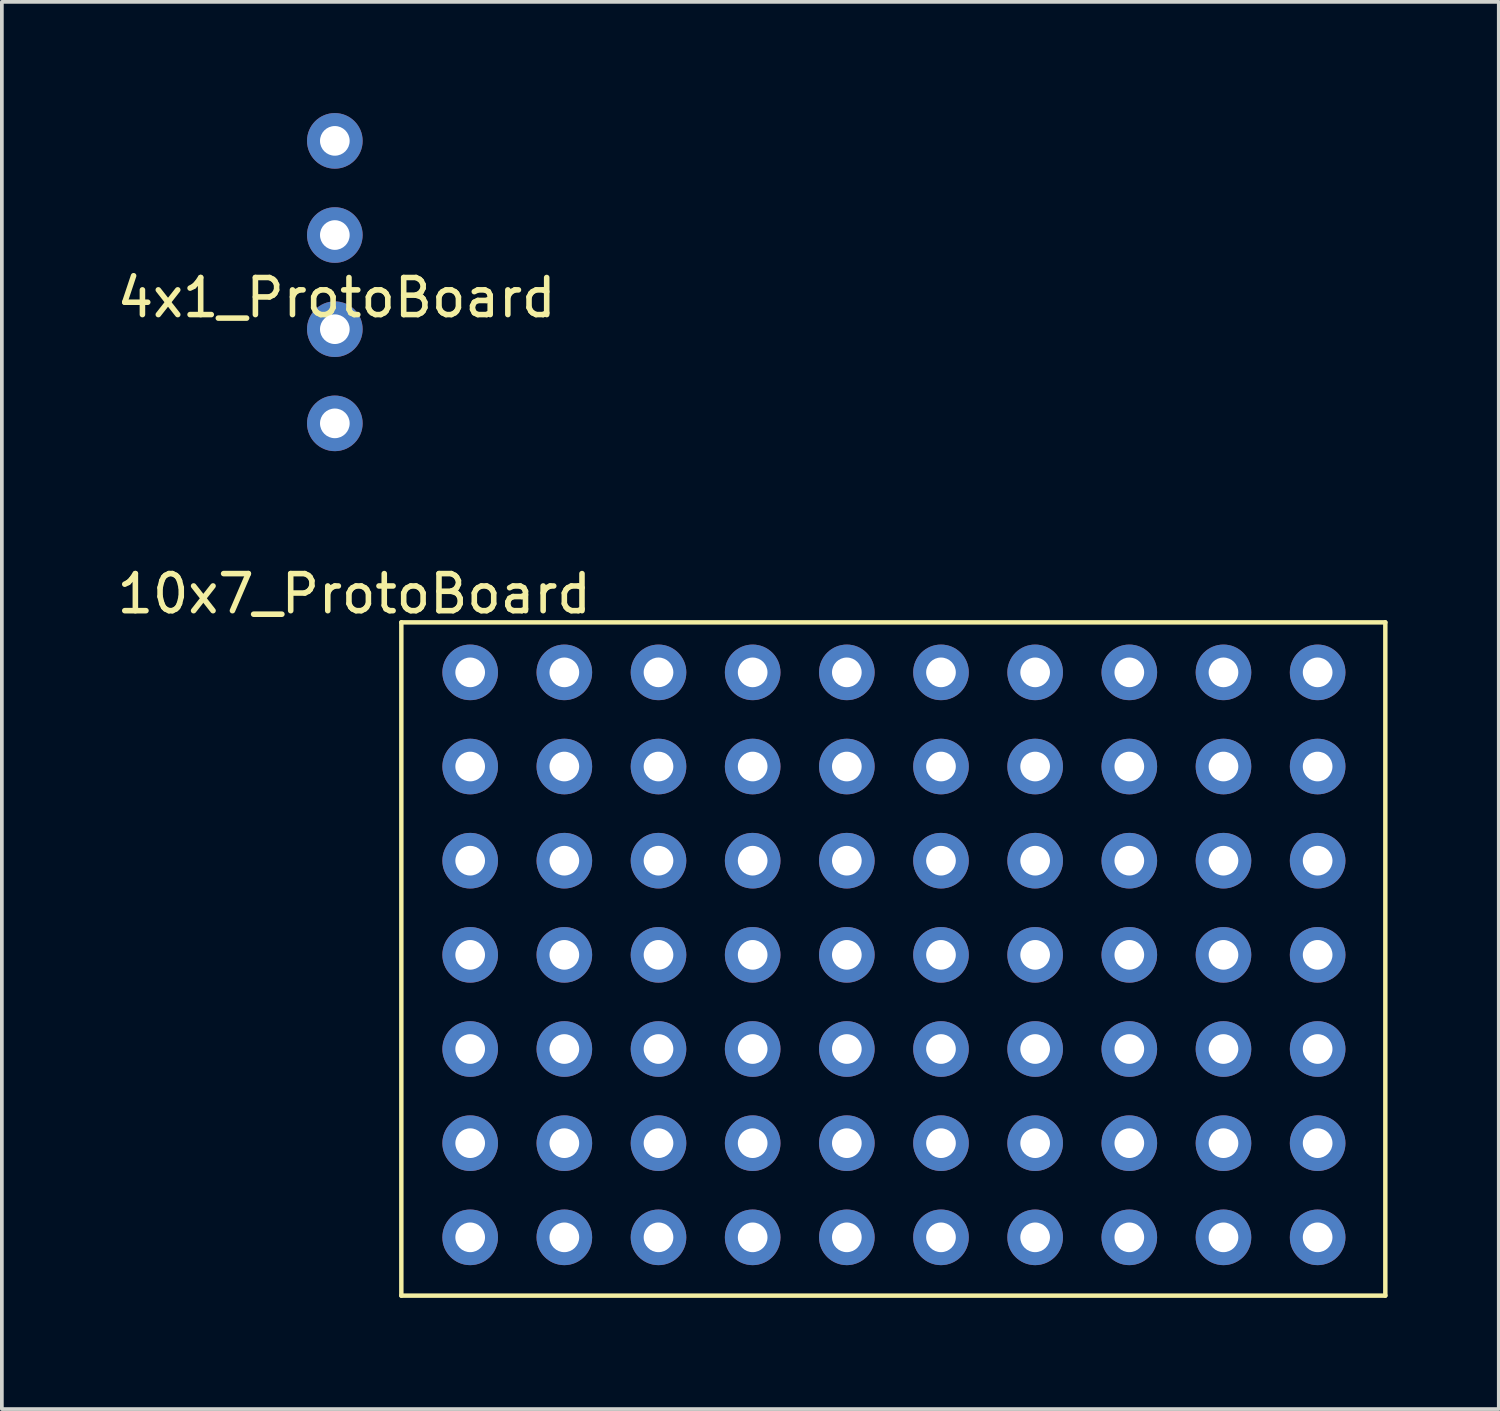
<source format=kicad_pcb>
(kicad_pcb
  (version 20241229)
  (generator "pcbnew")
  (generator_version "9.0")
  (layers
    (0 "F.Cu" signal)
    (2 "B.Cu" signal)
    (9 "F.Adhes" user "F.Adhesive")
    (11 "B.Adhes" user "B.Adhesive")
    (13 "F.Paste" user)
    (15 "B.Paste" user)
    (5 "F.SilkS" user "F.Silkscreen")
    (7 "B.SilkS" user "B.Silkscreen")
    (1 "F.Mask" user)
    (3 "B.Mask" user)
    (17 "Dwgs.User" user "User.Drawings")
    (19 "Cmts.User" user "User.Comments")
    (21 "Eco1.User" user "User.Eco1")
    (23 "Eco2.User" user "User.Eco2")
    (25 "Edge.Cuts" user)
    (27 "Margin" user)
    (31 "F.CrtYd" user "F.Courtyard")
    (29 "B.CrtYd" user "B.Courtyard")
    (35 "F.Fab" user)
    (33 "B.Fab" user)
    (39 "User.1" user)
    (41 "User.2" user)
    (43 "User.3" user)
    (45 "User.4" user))
  (footprint "10x7_ProtoBoard"
    (layer "F.Cu")
    (at 6.506 12.468)
    (property "Reference" "10x7_ProtoBoard" (at 0 0.5 0) (layer "F.SilkS") (effects (font (size 1 1) (thickness 0.15))))
    (attr through_hole)
    (fp_line (start 1.27 1.27) (end 27.813 1.27) (stroke (width 0.12) (type solid)) (layer "F.SilkS"))
    (fp_line (start 1.27 19.431) (end 1.27 1.27) (stroke (width 0.12) (type solid)) (layer "F.SilkS"))
    (fp_line (start 27.813 1.27) (end 27.813 19.431) (stroke (width 0.12) (type solid)) (layer "F.SilkS"))
    (fp_line (start 27.813 19.431) (end 1.27 19.431) (stroke (width 0.12) (type solid)) (layer "F.SilkS"))
    (pad "1" thru_hole circle (at 3.127 2.619) (size 1.5 1.5) (drill 0.8) (layers "*.Cu" "*.Mask"))
    (pad "2" thru_hole circle (at 3.127 5.159) (size 1.5 1.5) (drill 0.8) (layers "*.Cu" "*.Mask"))
    (pad "3" thru_hole circle (at 3.127 7.699) (size 1.5 1.5) (drill 0.8) (layers "*.Cu" "*.Mask"))
    (pad "4" thru_hole circle (at 3.127 10.239) (size 1.5 1.5) (drill 0.8) (layers "*.Cu" "*.Mask"))
    (pad "5" thru_hole circle (at 3.127 12.779) (size 1.5 1.5) (drill 0.8) (layers "*.Cu" "*.Mask"))
    (pad "6" thru_hole circle (at 3.127 15.319) (size 1.5 1.5) (drill 0.8) (layers "*.Cu" "*.Mask"))
    (pad "7" thru_hole circle (at 3.127 17.859) (size 1.5 1.5) (drill 0.8) (layers "*.Cu" "*.Mask"))
    (pad "8" thru_hole circle (at 5.667 2.619) (size 1.5 1.5) (drill 0.8) (layers "*.Cu" "*.Mask"))
    (pad "9" thru_hole circle (at 5.667 5.159) (size 1.5 1.5) (drill 0.8) (layers "*.Cu" "*.Mask"))
    (pad "10" thru_hole circle (at 5.667 7.699) (size 1.5 1.5) (drill 0.8) (layers "*.Cu" "*.Mask"))
    (pad "11" thru_hole circle (at 5.667 10.239) (size 1.5 1.5) (drill 0.8) (layers "*.Cu" "*.Mask"))
    (pad "12" thru_hole circle (at 5.667 12.779) (size 1.5 1.5) (drill 0.8) (layers "*.Cu" "*.Mask"))
    (pad "13" thru_hole circle (at 5.667 15.319) (size 1.5 1.5) (drill 0.8) (layers "*.Cu" "*.Mask"))
    (pad "14" thru_hole circle (at 5.667 17.859) (size 1.5 1.5) (drill 0.8) (layers "*.Cu" "*.Mask"))
    (pad "15" thru_hole circle (at 8.207 2.619) (size 1.5 1.5) (drill 0.8) (layers "*.Cu" "*.Mask"))
    (pad "16" thru_hole circle (at 8.207 5.159) (size 1.5 1.5) (drill 0.8) (layers "*.Cu" "*.Mask"))
    (pad "17" thru_hole circle (at 8.207 7.699) (size 1.5 1.5) (drill 0.8) (layers "*.Cu" "*.Mask"))
    (pad "18" thru_hole circle (at 8.207 10.239) (size 1.5 1.5) (drill 0.8) (layers "*.Cu" "*.Mask"))
    (pad "19" thru_hole circle (at 8.207 12.779) (size 1.5 1.5) (drill 0.8) (layers "*.Cu" "*.Mask"))
    (pad "20" thru_hole circle (at 8.207 15.319) (size 1.5 1.5) (drill 0.8) (layers "*.Cu" "*.Mask"))
    (pad "21" thru_hole circle (at 8.207 17.859) (size 1.5 1.5) (drill 0.8) (layers "*.Cu" "*.Mask"))
    (pad "22" thru_hole circle (at 10.747 2.619) (size 1.5 1.5) (drill 0.8) (layers "*.Cu" "*.Mask"))
    (pad "23" thru_hole circle (at 10.747 5.159) (size 1.5 1.5) (drill 0.8) (layers "*.Cu" "*.Mask"))
    (pad "24" thru_hole circle (at 10.747 7.699) (size 1.5 1.5) (drill 0.8) (layers "*.Cu" "*.Mask"))
    (pad "25" thru_hole circle (at 10.747 10.239) (size 1.5 1.5) (drill 0.8) (layers "*.Cu" "*.Mask"))
    (pad "26" thru_hole circle (at 10.747 12.779) (size 1.5 1.5) (drill 0.8) (layers "*.Cu" "*.Mask"))
    (pad "27" thru_hole circle (at 10.747 15.319) (size 1.5 1.5) (drill 0.8) (layers "*.Cu" "*.Mask"))
    (pad "28" thru_hole circle (at 10.747 17.859) (size 1.5 1.5) (drill 0.8) (layers "*.Cu" "*.Mask"))
    (pad "29" thru_hole circle (at 13.287 2.619) (size 1.5 1.5) (drill 0.8) (layers "*.Cu" "*.Mask"))
    (pad "30" thru_hole circle (at 13.287 5.159) (size 1.5 1.5) (drill 0.8) (layers "*.Cu" "*.Mask"))
    (pad "31" thru_hole circle (at 13.287 7.699) (size 1.5 1.5) (drill 0.8) (layers "*.Cu" "*.Mask"))
    (pad "32" thru_hole circle (at 13.287 10.239) (size 1.5 1.5) (drill 0.8) (layers "*.Cu" "*.Mask"))
    (pad "33" thru_hole circle (at 13.287 12.779) (size 1.5 1.5) (drill 0.8) (layers "*.Cu" "*.Mask"))
    (pad "34" thru_hole circle (at 13.287 15.319) (size 1.5 1.5) (drill 0.8) (layers "*.Cu" "*.Mask"))
    (pad "35" thru_hole circle (at 13.287 17.859) (size 1.5 1.5) (drill 0.8) (layers "*.Cu" "*.Mask"))
    (pad "36" thru_hole circle (at 15.827 2.619) (size 1.5 1.5) (drill 0.8) (layers "*.Cu" "*.Mask"))
    (pad "37" thru_hole circle (at 15.827 5.159) (size 1.5 1.5) (drill 0.8) (layers "*.Cu" "*.Mask"))
    (pad "38" thru_hole circle (at 15.827 7.699) (size 1.5 1.5) (drill 0.8) (layers "*.Cu" "*.Mask"))
    (pad "39" thru_hole circle (at 15.827 10.239) (size 1.5 1.5) (drill 0.8) (layers "*.Cu" "*.Mask"))
    (pad "40" thru_hole circle (at 15.827 12.779) (size 1.5 1.5) (drill 0.8) (layers "*.Cu" "*.Mask"))
    (pad "41" thru_hole circle (at 15.827 15.319) (size 1.5 1.5) (drill 0.8) (layers "*.Cu" "*.Mask"))
    (pad "42" thru_hole circle (at 15.827 17.859) (size 1.5 1.5) (drill 0.8) (layers "*.Cu" "*.Mask"))
    (pad "43" thru_hole circle (at 18.367 2.619) (size 1.5 1.5) (drill 0.8) (layers "*.Cu" "*.Mask"))
    (pad "44" thru_hole circle (at 18.367 5.159) (size 1.5 1.5) (drill 0.8) (layers "*.Cu" "*.Mask"))
    (pad "45" thru_hole circle (at 18.367 7.699) (size 1.5 1.5) (drill 0.8) (layers "*.Cu" "*.Mask"))
    (pad "46" thru_hole circle (at 18.367 10.239) (size 1.5 1.5) (drill 0.8) (layers "*.Cu" "*.Mask"))
    (pad "47" thru_hole circle (at 18.367 12.779) (size 1.5 1.5) (drill 0.8) (layers "*.Cu" "*.Mask"))
    (pad "48" thru_hole circle (at 18.367 15.319) (size 1.5 1.5) (drill 0.8) (layers "*.Cu" "*.Mask"))
    (pad "49" thru_hole circle (at 18.367 17.859) (size 1.5 1.5) (drill 0.8) (layers "*.Cu" "*.Mask"))
    (pad "50" thru_hole circle (at 20.907 2.619) (size 1.5 1.5) (drill 0.8) (layers "*.Cu" "*.Mask"))
    (pad "51" thru_hole circle (at 20.907 5.159) (size 1.5 1.5) (drill 0.8) (layers "*.Cu" "*.Mask"))
    (pad "52" thru_hole circle (at 20.907 7.699) (size 1.5 1.5) (drill 0.8) (layers "*.Cu" "*.Mask"))
    (pad "53" thru_hole circle (at 20.907 10.239) (size 1.5 1.5) (drill 0.8) (layers "*.Cu" "*.Mask"))
    (pad "54" thru_hole circle (at 20.907 12.779) (size 1.5 1.5) (drill 0.8) (layers "*.Cu" "*.Mask"))
    (pad "55" thru_hole circle (at 20.907 15.319) (size 1.5 1.5) (drill 0.8) (layers "*.Cu" "*.Mask"))
    (pad "56" thru_hole circle (at 20.907 17.859) (size 1.5 1.5) (drill 0.8) (layers "*.Cu" "*.Mask"))
    (pad "57" thru_hole circle (at 23.447 2.619) (size 1.5 1.5) (drill 0.8) (layers "*.Cu" "*.Mask"))
    (pad "58" thru_hole circle (at 23.447 5.159) (size 1.5 1.5) (drill 0.8) (layers "*.Cu" "*.Mask"))
    (pad "59" thru_hole circle (at 23.447 7.699) (size 1.5 1.5) (drill 0.8) (layers "*.Cu" "*.Mask"))
    (pad "60" thru_hole circle (at 23.447 10.239) (size 1.5 1.5) (drill 0.8) (layers "*.Cu" "*.Mask"))
    (pad "61" thru_hole circle (at 23.447 12.779) (size 1.5 1.5) (drill 0.8) (layers "*.Cu" "*.Mask"))
    (pad "62" thru_hole circle (at 23.447 15.319) (size 1.5 1.5) (drill 0.8) (layers "*.Cu" "*.Mask"))
    (pad "63" thru_hole circle (at 23.447 17.859) (size 1.5 1.5) (drill 0.8) (layers "*.Cu" "*.Mask"))
    (pad "64" thru_hole circle (at 25.987 2.619) (size 1.5 1.5) (drill 0.8) (layers "*.Cu" "*.Mask"))
    (pad "65" thru_hole circle (at 25.987 5.159) (size 1.5 1.5) (drill 0.8) (layers "*.Cu" "*.Mask"))
    (pad "66" thru_hole circle (at 25.987 7.699) (size 1.5 1.5) (drill 0.8) (layers "*.Cu" "*.Mask"))
    (pad "67" thru_hole circle (at 25.987 10.239) (size 1.5 1.5) (drill 0.8) (layers "*.Cu" "*.Mask"))
    (pad "68" thru_hole circle (at 25.987 12.779) (size 1.5 1.5) (drill 0.8) (layers "*.Cu" "*.Mask"))
    (pad "69" thru_hole circle (at 25.987 15.319) (size 1.5 1.5) (drill 0.8) (layers "*.Cu" "*.Mask"))
    (pad "70" thru_hole circle (at 25.987 17.859) (size 1.5 1.5) (drill 0.8) (layers "*.Cu" "*.Mask")))
  (footprint "4x1_ProtoBoard"
    (layer "F.Cu")
    (at 6.03 4.481)
    (property "Reference" "4x1_ProtoBoard" (at 0 0.5 0) (layer "F.SilkS") (effects (font (size 1 1) (thickness 0.15))))
    (attr through_hole)
    (pad "1" thru_hole circle (at -0.048 -3.731) (size 1.5 1.5) (drill 0.8) (layers "*.Cu" "*.Mask"))
    (pad "2" thru_hole circle (at -0.048 -1.191) (size 1.5 1.5) (drill 0.8) (layers "*.Cu" "*.Mask"))
    (pad "3" thru_hole circle (at -0.048 1.349) (size 1.5 1.5) (drill 0.8) (layers "*.Cu" "*.Mask"))
    (pad "4" thru_hole circle (at -0.048 3.889) (size 1.5 1.5) (drill 0.8) (layers "*.Cu" "*.Mask")))
  (gr_rect
    (start -3 -3)
    (end 37.379 34.959)
    (stroke (width 0.1) (type default))
    (fill no)
    (layer "Edge.Cuts")))
</source>
